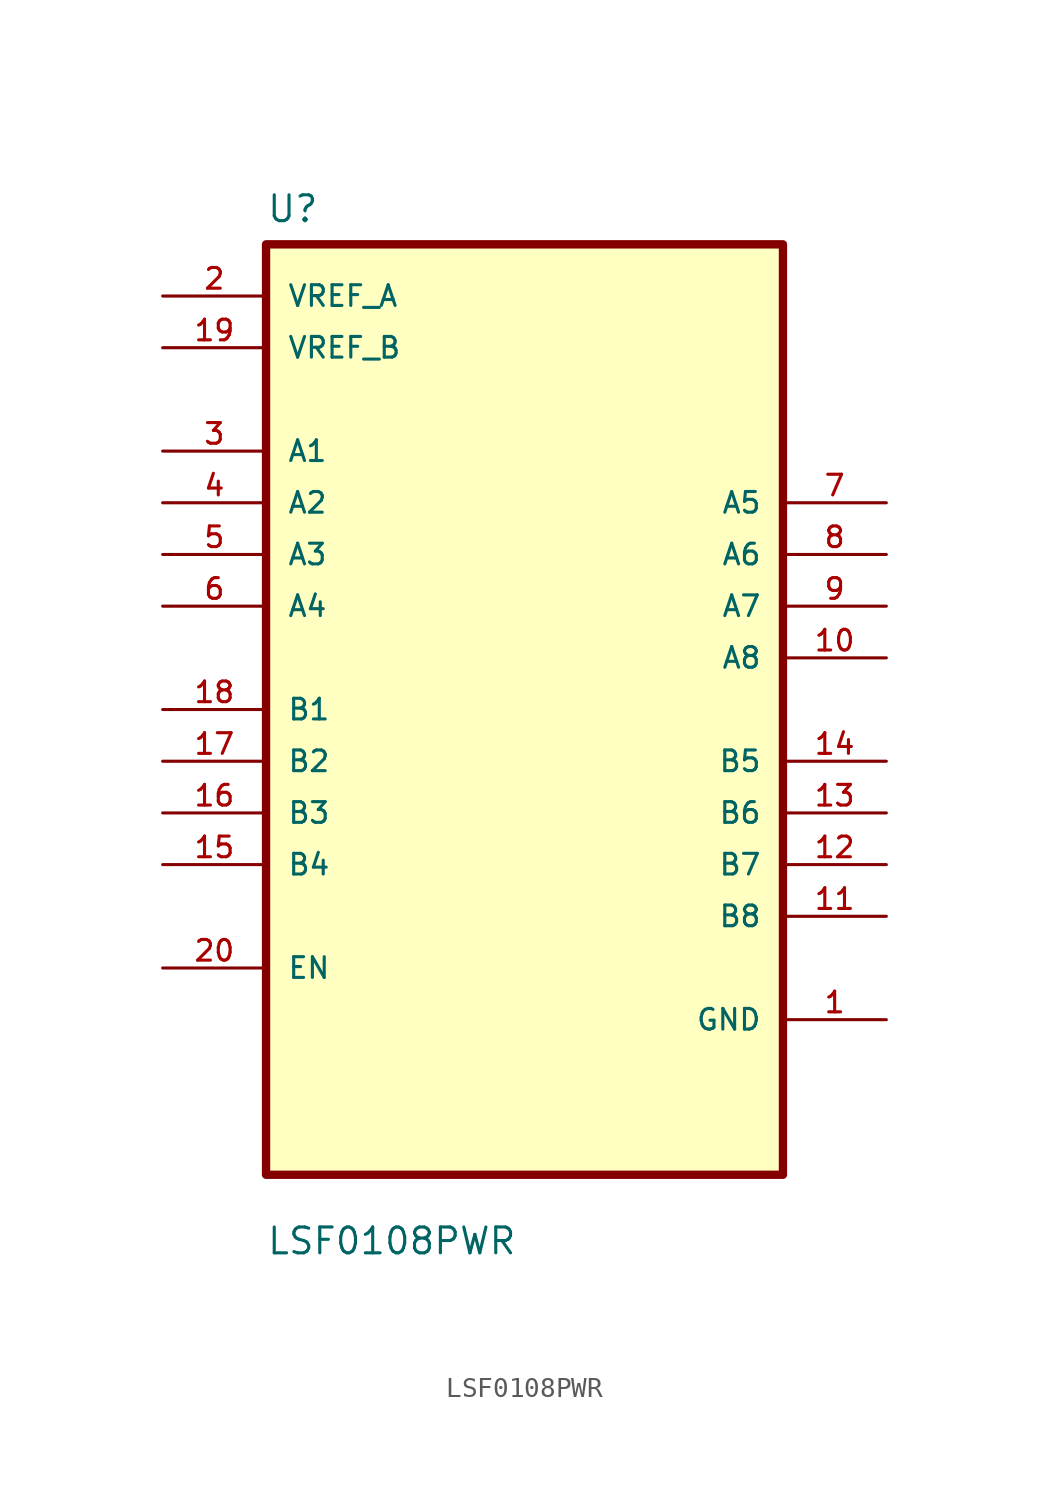
<source format=kicad_sym>
(kicad_symbol_lib
  (version 20211014)
  (generator kicad_symbol_editor)
  (symbol "LSF0108PWR"
    (pin_names
      (offset 1.016))
    (property "Reference" "U"
      (at -12.7 23.86 0.0)
      (effects (font (size 1.27 1.27)) (justify bottom left)))
    (property "Value" "LSF0108PWR"
      (at -12.7 -26.86 0.0)
      (effects (font (size 1.27 1.27)) (justify bottom left)))
    (symbol "LSF0108PWR_0_0"
      (rectangle (start -12.7 -22.86) (end 12.7 22.86) (stroke (width 0.41)) (fill (type background)))
      (pin input line (at -17.78 20.32 0) (length 5.08) (name "VREF_A" (effects (font (size 1.016 1.016)))) (number "2" (effects (font (size 1.016 1.016)))))
      (pin input line (at -17.78 17.78 0) (length 5.08) (name "VREF_B" (effects (font (size 1.016 1.016)))) (number "19" (effects (font (size 1.016 1.016)))))
      (pin bidirectional line (at -17.78 12.7 0) (length 5.08) (name "A1" (effects (font (size 1.016 1.016)))) (number "3" (effects (font (size 1.016 1.016)))))
      (pin bidirectional line (at -17.78 10.16 0) (length 5.08) (name "A2" (effects (font (size 1.016 1.016)))) (number "4" (effects (font (size 1.016 1.016)))))
      (pin bidirectional line (at -17.78 7.62 0) (length 5.08) (name "A3" (effects (font (size 1.016 1.016)))) (number "5" (effects (font (size 1.016 1.016)))))
      (pin bidirectional line (at -17.78 5.08 0) (length 5.08) (name "A4" (effects (font (size 1.016 1.016)))) (number "6" (effects (font (size 1.016 1.016)))))
      (pin bidirectional line (at -17.78 3.55271e-15 0) (length 5.08) (name "B1" (effects (font (size 1.016 1.016)))) (number "18" (effects (font (size 1.016 1.016)))))
      (pin bidirectional line (at -17.78 -2.54 0) (length 5.08) (name "B2" (effects (font (size 1.016 1.016)))) (number "17" (effects (font (size 1.016 1.016)))))
      (pin bidirectional line (at -17.78 -5.08 0) (length 5.08) (name "B3" (effects (font (size 1.016 1.016)))) (number "16" (effects (font (size 1.016 1.016)))))
      (pin bidirectional line (at -17.78 -7.62 0) (length 5.08) (name "B4" (effects (font (size 1.016 1.016)))) (number "15" (effects (font (size 1.016 1.016)))))
      (pin bidirectional line (at -17.78 -12.7 0) (length 5.08) (name "EN" (effects (font (size 1.016 1.016)))) (number "20" (effects (font (size 1.016 1.016)))))
      (pin bidirectional line (at 17.78 10.16 180.0) (length 5.08) (name "A5" (effects (font (size 1.016 1.016)))) (number "7" (effects (font (size 1.016 1.016)))))
      (pin bidirectional line (at 17.78 7.62 180.0) (length 5.08) (name "A6" (effects (font (size 1.016 1.016)))) (number "8" (effects (font (size 1.016 1.016)))))
      (pin bidirectional line (at 17.78 5.08 180.0) (length 5.08) (name "A7" (effects (font (size 1.016 1.016)))) (number "9" (effects (font (size 1.016 1.016)))))
      (pin bidirectional line (at 17.78 2.54 180.0) (length 5.08) (name "A8" (effects (font (size 1.016 1.016)))) (number "10" (effects (font (size 1.016 1.016)))))
      (pin bidirectional line (at 17.78 -2.54 180.0) (length 5.08) (name "B5" (effects (font (size 1.016 1.016)))) (number "14" (effects (font (size 1.016 1.016)))))
      (pin bidirectional line (at 17.78 -5.08 180.0) (length 5.08) (name "B6" (effects (font (size 1.016 1.016)))) (number "13" (effects (font (size 1.016 1.016)))))
      (pin bidirectional line (at 17.78 -7.62 180.0) (length 5.08) (name "B7" (effects (font (size 1.016 1.016)))) (number "12" (effects (font (size 1.016 1.016)))))
      (pin bidirectional line (at 17.78 -10.16 180.0) (length 5.08) (name "B8" (effects (font (size 1.016 1.016)))) (number "11" (effects (font (size 1.016 1.016)))))
      (pin power_in line (at 17.78 -15.24 180.0) (length 5.08) (name "GND" (effects (font (size 1.016 1.016)))) (number "1" (effects (font (size 1.016 1.016))))))))
</source>
